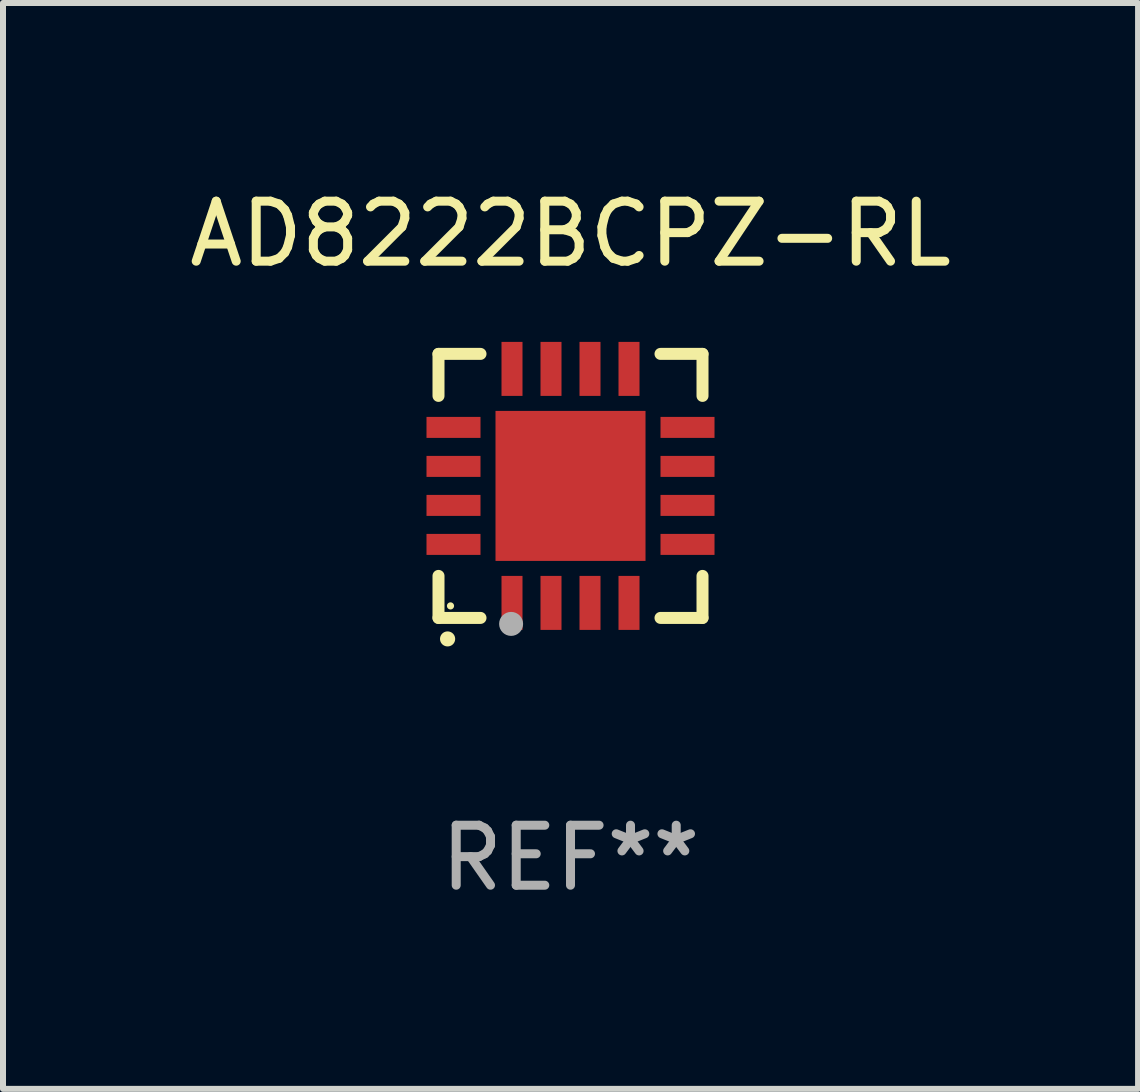
<source format=kicad_pcb>
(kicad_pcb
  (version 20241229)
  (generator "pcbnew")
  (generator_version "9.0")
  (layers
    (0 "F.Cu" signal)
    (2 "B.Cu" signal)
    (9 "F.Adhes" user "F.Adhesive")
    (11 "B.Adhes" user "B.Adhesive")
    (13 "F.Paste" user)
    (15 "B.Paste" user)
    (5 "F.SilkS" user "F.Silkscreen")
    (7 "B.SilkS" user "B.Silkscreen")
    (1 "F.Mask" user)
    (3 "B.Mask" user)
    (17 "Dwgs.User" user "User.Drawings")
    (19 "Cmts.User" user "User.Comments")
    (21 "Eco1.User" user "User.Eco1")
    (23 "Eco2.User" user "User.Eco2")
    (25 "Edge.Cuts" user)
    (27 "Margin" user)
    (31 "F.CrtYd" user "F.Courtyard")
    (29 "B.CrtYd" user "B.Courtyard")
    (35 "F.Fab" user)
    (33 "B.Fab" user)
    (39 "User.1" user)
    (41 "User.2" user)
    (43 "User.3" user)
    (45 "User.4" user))
  (footprint "AD8222BCPZ-RL"
    (layer "F.Cu")
    (at 6.458 5.048)
    (property "Reference" "AD8222BCPZ-RL" (at 0 -4.2 0) (layer "F.SilkS") (effects (font (size 1 1) (thickness 0.15))))
    (attr through_hole)
    (fp_line (start -2.2 -2.2) (end -1.5 -2.2) (stroke (width 0.2) (type solid)) (layer "F.SilkS"))
    (fp_line (start -2.2 -1.5) (end -2.2 -2.2) (stroke (width 0.2) (type solid)) (layer "F.SilkS"))
    (fp_line (start -2.2 2.2) (end -2.2 1.5) (stroke (width 0.2) (type solid)) (layer "F.SilkS"))
    (fp_line (start -1.5 2.2) (end -2.2 2.2) (stroke (width 0.2) (type solid)) (layer "F.SilkS"))
    (fp_line (start 1.5 2.2) (end 2.2 2.2) (stroke (width 0.2) (type solid)) (layer "F.SilkS"))
    (fp_line (start 2.2 -2.2) (end 1.5 -2.2) (stroke (width 0.2) (type solid)) (layer "F.SilkS"))
    (fp_line (start 2.2 -1.5) (end 2.2 -2.2) (stroke (width 0.2) (type solid)) (layer "F.SilkS"))
    (fp_line (start 2.2 2.2) (end 2.2 1.5) (stroke (width 0.2) (type solid)) (layer "F.SilkS"))
    (fp_arc (start -2.049784 2.550165) (mid -2.048514 2.550159) (end -2.047244 2.550165) (stroke (width 0.25) (type solid)) (layer "F.SilkS"))
    (fp_circle (center -2 2) (end -1.97 2) (stroke (width 0.06) (type solid)) (fill no) (layer "F.SilkS"))
    (fp_circle (center -0.99 2.3) (end -0.89 2.3) (stroke (width 0.2) (type solid)) (fill no) (layer "F.Fab"))
    (fp_text user "REF**" (at 0 6.2 0) (layer "F.Fab") (effects (font (size 1 1) (thickness 0.15))))
    (pad "1" smd rect (at -0.975 1.95 180) (size 0.35 0.9) (layers "F.Cu" "F.Mask" "F.Paste"))
    (pad "2" smd rect (at -0.325 1.95 180) (size 0.35 0.9) (layers "F.Cu" "F.Mask" "F.Paste"))
    (pad "3" smd rect (at 0.325 1.95 180) (size 0.35 0.9) (layers "F.Cu" "F.Mask" "F.Paste"))
    (pad "4" smd rect (at 0.975 1.95 180) (size 0.35 0.9) (layers "F.Cu" "F.Mask" "F.Paste"))
    (pad "5" smd rect (at 1.95 0.975 90) (size 0.35 0.9) (layers "F.Cu" "F.Mask" "F.Paste"))
    (pad "6" smd rect (at 1.95 0.325 90) (size 0.35 0.9) (layers "F.Cu" "F.Mask" "F.Paste"))
    (pad "7" smd rect (at 1.95 -0.325 90) (size 0.35 0.9) (layers "F.Cu" "F.Mask" "F.Paste"))
    (pad "8" smd rect (at 1.95 -0.975 90) (size 0.35 0.9) (layers "F.Cu" "F.Mask" "F.Paste"))
    (pad "9" smd rect (at 0.975 -1.95 180) (size 0.35 0.9) (layers "F.Cu" "F.Mask" "F.Paste"))
    (pad "10" smd rect (at 0.325 -1.95 180) (size 0.35 0.9) (layers "F.Cu" "F.Mask" "F.Paste"))
    (pad "11" smd rect (at -0.325 -1.95 180) (size 0.35 0.9) (layers "F.Cu" "F.Mask" "F.Paste"))
    (pad "12" smd rect (at -0.975 -1.95 180) (size 0.35 0.9) (layers "F.Cu" "F.Mask" "F.Paste"))
    (pad "13" smd rect (at -1.95 -0.975 90) (size 0.35 0.9) (layers "F.Cu" "F.Mask" "F.Paste"))
    (pad "14" smd rect (at -1.95 -0.325 90) (size 0.35 0.9) (layers "F.Cu" "F.Mask" "F.Paste"))
    (pad "15" smd rect (at -1.95 0.325 90) (size 0.35 0.9) (layers "F.Cu" "F.Mask" "F.Paste"))
    (pad "16" smd rect (at -1.95 0.975 90) (size 0.35 0.9) (layers "F.Cu" "F.Mask" "F.Paste"))
    (pad "17" smd rect (at 0.000051 0.000051 90) (size 2.5 2.5) (layers "F.Cu" "F.Mask" "F.Paste")))
  (gr_rect
    (start -3 -3)
    (end 15.917 15.097)
    (stroke (width 0.1) (type default))
    (fill no)
    (layer "Edge.Cuts")))
</source>
